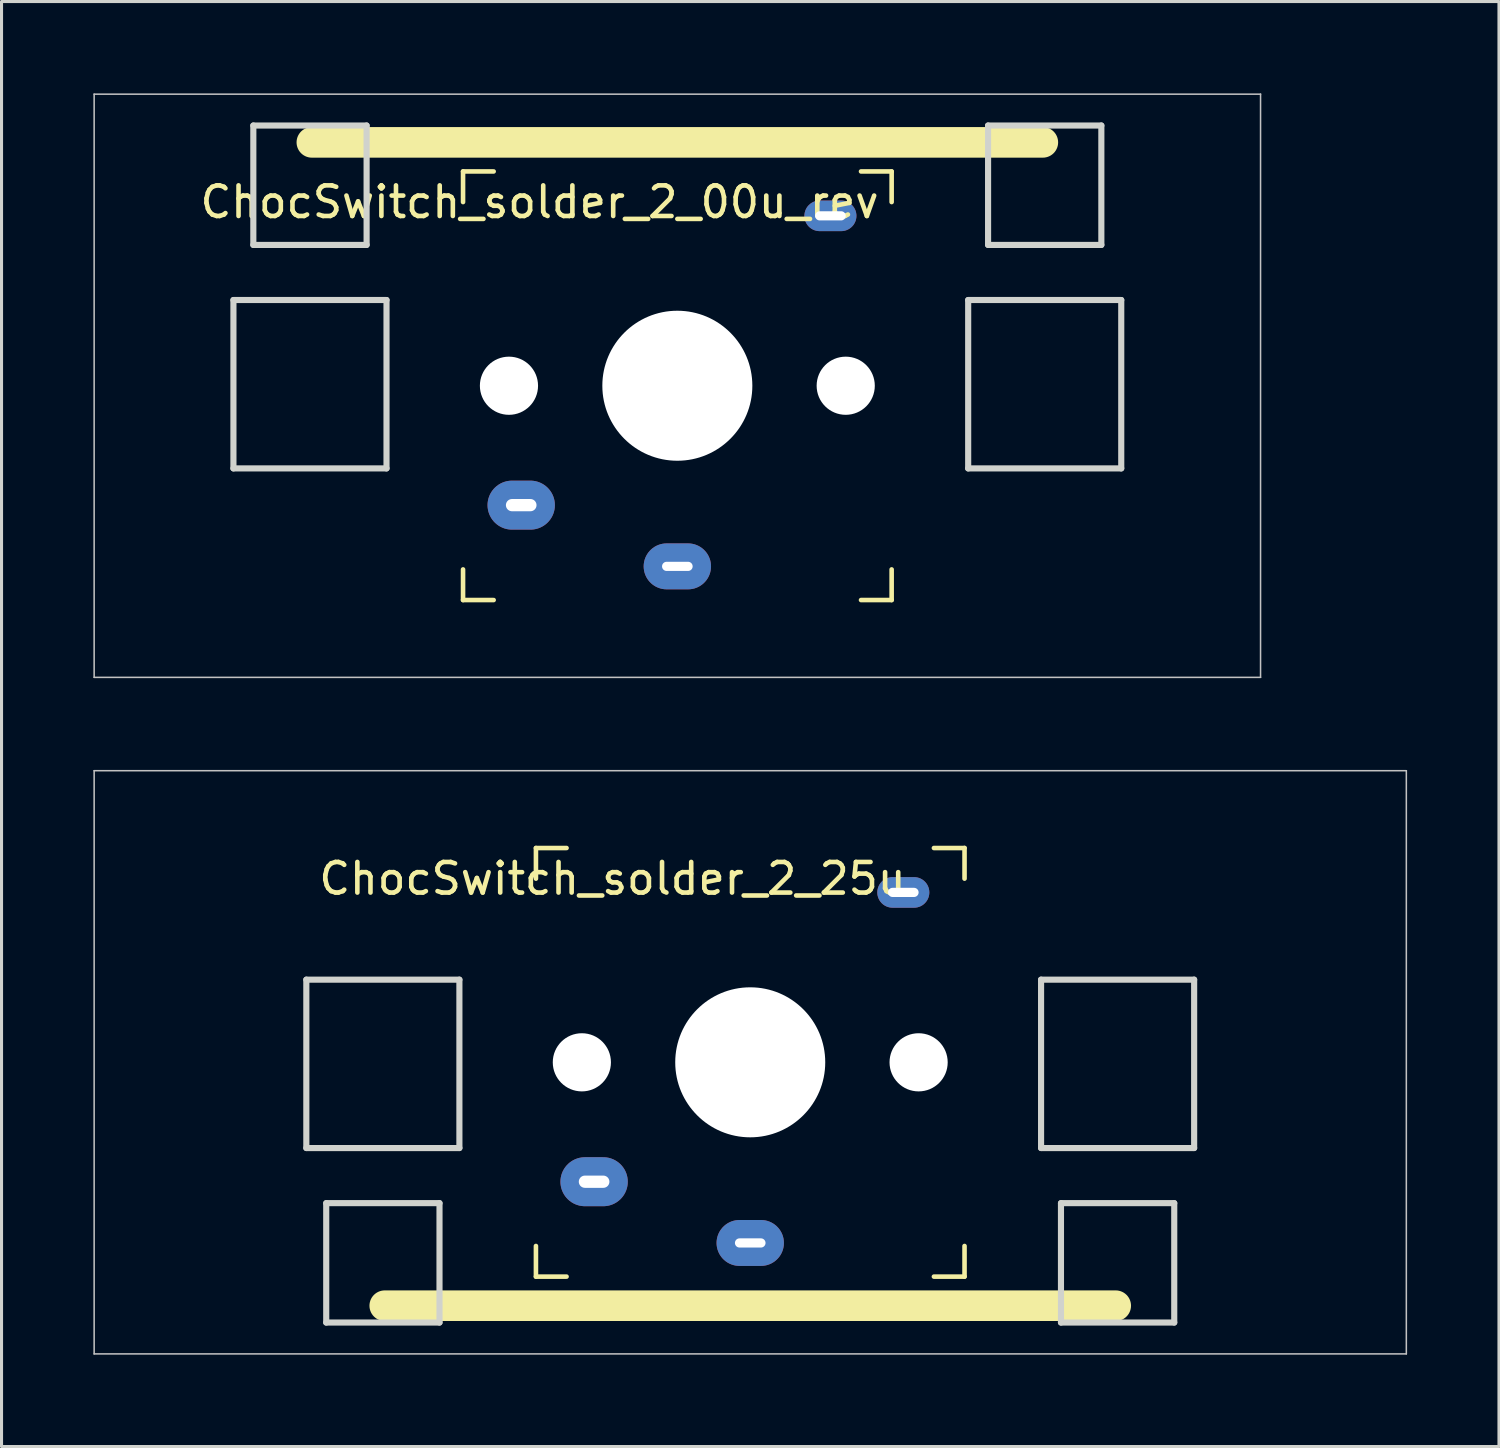
<source format=kicad_pcb>
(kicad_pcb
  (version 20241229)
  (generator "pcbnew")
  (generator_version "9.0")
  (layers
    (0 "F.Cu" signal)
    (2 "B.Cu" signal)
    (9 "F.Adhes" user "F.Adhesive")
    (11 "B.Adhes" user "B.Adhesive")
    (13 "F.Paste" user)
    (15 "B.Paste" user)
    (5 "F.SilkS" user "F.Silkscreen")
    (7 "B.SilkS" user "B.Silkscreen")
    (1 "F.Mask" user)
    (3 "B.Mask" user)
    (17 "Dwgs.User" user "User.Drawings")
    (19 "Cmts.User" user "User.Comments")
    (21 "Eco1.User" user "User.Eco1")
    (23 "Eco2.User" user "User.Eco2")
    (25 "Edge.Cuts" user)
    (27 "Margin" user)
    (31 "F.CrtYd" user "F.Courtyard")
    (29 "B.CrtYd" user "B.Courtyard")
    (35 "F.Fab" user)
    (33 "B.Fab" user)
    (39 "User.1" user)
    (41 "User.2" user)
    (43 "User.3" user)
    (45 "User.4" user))
  (footprint "ChocSwitch_solder_2_25u"
    (layer "F.Cu")
    (at 21.456 31.65)
    (property "Reference" "ChocSwitch_solder_2_25u" (at -4.5 -6 0) (layer "F.SilkS") (effects (font (size 1 1) (thickness 0.15))))
    (attr through_hole)
    (fp_line (start -11.938 7.95) (end 11.938 7.95) (stroke (width 1) (type solid)) (layer "F.SilkS"))
    (fp_line (start -7 -7) (end -7 -6) (stroke (width 0.15) (type solid)) (layer "F.SilkS"))
    (fp_line (start -7 -7) (end -6 -7) (stroke (width 0.15) (type solid)) (layer "F.SilkS"))
    (fp_line (start -7 7) (end -7 6) (stroke (width 0.15) (type solid)) (layer "F.SilkS"))
    (fp_line (start -6 7) (end -7 7) (stroke (width 0.15) (type solid)) (layer "F.SilkS"))
    (fp_line (start 6 -7) (end 7 -7) (stroke (width 0.15) (type solid)) (layer "F.SilkS"))
    (fp_line (start 7 -7) (end 7 -6) (stroke (width 0.15) (type solid)) (layer "F.SilkS"))
    (fp_line (start 7 6) (end 7 7) (stroke (width 0.15) (type solid)) (layer "F.SilkS"))
    (fp_line (start 7 7) (end 6 7) (stroke (width 0.15) (type solid)) (layer "F.SilkS"))
    (fp_line (start -21.431 -9.525) (end 21.431 -9.525) (stroke (width 0.05) (type solid)) (layer "Dwgs.User"))
    (fp_line (start -21.431 9.525) (end -21.431 -9.525) (stroke (width 0.05) (type solid)) (layer "Dwgs.User"))
    (fp_line (start 21.431 -9.525) (end 21.431 9.525) (stroke (width 0.05) (type solid)) (layer "Dwgs.User"))
    (fp_line (start 21.431 9.525) (end -21.431 9.525) (stroke (width 0.05) (type solid)) (layer "Dwgs.User"))
    (fp_line (start -7 -7) (end 7 -7) (stroke (width 0.1) (type solid)) (layer "Eco1.User"))
    (fp_line (start -7 -7) (end 7 -7) (stroke (width 0.1) (type solid)) (layer "Eco1.User"))
    (fp_line (start -7 7) (end -7 -7) (stroke (width 0.1) (type solid)) (layer "Eco1.User"))
    (fp_line (start -7 7) (end -7 -7) (stroke (width 0.1) (type solid)) (layer "Eco1.User"))
    (fp_line (start -7 7) (end 7 7) (stroke (width 0.1) (type solid)) (layer "Eco1.User"))
    (fp_line (start 7 -7) (end 7 7) (stroke (width 0.1) (type solid)) (layer "Eco1.User"))
    (fp_line (start 7 7) (end -7 7) (stroke (width 0.1) (type solid)) (layer "Eco1.User"))
    (fp_line (start 7 7) (end 7 -7) (stroke (width 0.1) (type solid)) (layer "Eco1.User"))
    (fp_rect (start -1.75 -3.25) (end 1.75 -6.35) (stroke (width 0.1) (type solid)) (fill no) (layer "Eco1.User"))
    (fp_line (start 0 0) (end 0 -4.8) (stroke (width 0.05) (type solid)) (layer "Eco2.User"))
    (fp_line (start 0 0) (end 8.262 0) (stroke (width 0.05) (type solid)) (layer "Eco2.User"))
    (fp_line (start -14.5 -2.7) (end -14.5 2.8) (stroke (width 0.2) (type solid)) (layer "Edge.Cuts"))
    (fp_line (start -14.5 2.8) (end -9.5 2.8) (stroke (width 0.2) (type solid)) (layer "Edge.Cuts"))
    (fp_line (start -13.85 8.5) (end -13.85 4.6) (stroke (width 0.2) (type solid)) (layer "Edge.Cuts"))
    (fp_line (start -13.85 8.5) (end -10.15 8.5) (stroke (width 0.2) (type solid)) (layer "Edge.Cuts"))
    (fp_line (start -10.15 4.6) (end -13.85 4.6) (stroke (width 0.2) (type solid)) (layer "Edge.Cuts"))
    (fp_line (start -10.15 8.5) (end -10.15 4.6) (stroke (width 0.2) (type solid)) (layer "Edge.Cuts"))
    (fp_line (start -9.5 -2.7) (end -14.5 -2.7) (stroke (width 0.2) (type solid)) (layer "Edge.Cuts"))
    (fp_line (start -9.5 2.8) (end -9.5 -2.7) (stroke (width 0.2) (type solid)) (layer "Edge.Cuts"))
    (fp_line (start 9.5 -2.7) (end 14.5 -2.7) (stroke (width 0.2) (type solid)) (layer "Edge.Cuts"))
    (fp_line (start 9.5 2.8) (end 9.5 -2.7) (stroke (width 0.2) (type solid)) (layer "Edge.Cuts"))
    (fp_line (start 10.15 4.6) (end 13.85 4.6) (stroke (width 0.2) (type solid)) (layer "Edge.Cuts"))
    (fp_line (start 10.15 8.5) (end 10.15 4.6) (stroke (width 0.2) (type solid)) (layer "Edge.Cuts"))
    (fp_line (start 13.85 4.6) (end 13.85 8.5) (stroke (width 0.2) (type solid)) (layer "Edge.Cuts"))
    (fp_line (start 13.85 8.5) (end 10.15 8.5) (stroke (width 0.2) (type solid)) (layer "Edge.Cuts"))
    (fp_line (start 14.5 -2.7) (end 14.5 2.8) (stroke (width 0.2) (type solid)) (layer "Edge.Cuts"))
    (fp_line (start 14.5 2.8) (end 9.5 2.8) (stroke (width 0.2) (type solid)) (layer "Edge.Cuts"))
    (pad "" np_thru_hole circle (at -5.5 0) (size 1.9 1.9) (drill 1.9) (layers "*.Cu" "*.Mask"))
    (pad "" np_thru_hole circle (at 0 0 90) (size 4.9 4.9) (drill 4.9) (layers "*.Cu" "*.Mask"))
    (pad "" thru_hole oval (at 5 -5.55) (size 1.7 1) (drill oval 1 0.3) (layers "*.Cu" "*.Mask"))
    (pad "" np_thru_hole circle (at 5.5 0) (size 1.9 1.9) (drill 1.9) (layers "*.Cu" "*.Mask"))
    (pad "1" thru_hole oval (at 0 5.9 180) (size 2.2 1.5) (drill oval 1 0.3) (layers "*.Cu" "*.Mask"))
    (pad "2" thru_hole oval (at -5.1 3.9) (size 2.2 1.6) (drill oval 1 0.4) (layers "*.Cu" "*.Mask")))
  (footprint "ChocSwitch_solder_2_00u_rev"
    (layer "F.Cu")
    (at 19.075 9.55)
    (property "Reference" "ChocSwitch_solder_2_00u_rev" (at -4.5 -6 0) (layer "F.SilkS") (effects (font (size 1 1) (thickness 0.15))))
    (attr through_hole)
    (fp_line (start -11.938 -7.95) (end 11.938 -7.95) (stroke (width 1) (type solid)) (layer "F.SilkS"))
    (fp_line (start -7 -7) (end -7 -6) (stroke (width 0.15) (type solid)) (layer "F.SilkS"))
    (fp_line (start -7 -7) (end -6 -7) (stroke (width 0.15) (type solid)) (layer "F.SilkS"))
    (fp_line (start -7 7) (end -7 6) (stroke (width 0.15) (type solid)) (layer "F.SilkS"))
    (fp_line (start -6 7) (end -7 7) (stroke (width 0.15) (type solid)) (layer "F.SilkS"))
    (fp_line (start 6 -7) (end 7 -7) (stroke (width 0.15) (type solid)) (layer "F.SilkS"))
    (fp_line (start 7 -7) (end 7 -6) (stroke (width 0.15) (type solid)) (layer "F.SilkS"))
    (fp_line (start 7 6) (end 7 7) (stroke (width 0.15) (type solid)) (layer "F.SilkS"))
    (fp_line (start 7 7) (end 6 7) (stroke (width 0.15) (type solid)) (layer "F.SilkS"))
    (fp_line (start -19.05 -9.525) (end 19.05 -9.525) (stroke (width 0.05) (type solid)) (layer "Dwgs.User"))
    (fp_line (start -19.05 9.525) (end -19.05 -9.525) (stroke (width 0.05) (type solid)) (layer "Dwgs.User"))
    (fp_line (start 19.05 -9.525) (end 19.05 9.525) (stroke (width 0.05) (type solid)) (layer "Dwgs.User"))
    (fp_line (start 19.05 9.525) (end -19.05 9.525) (stroke (width 0.05) (type solid)) (layer "Dwgs.User"))
    (fp_line (start -7 -7) (end 7 -7) (stroke (width 0.1) (type solid)) (layer "Eco1.User"))
    (fp_line (start -7 -7) (end 7 -7) (stroke (width 0.1) (type solid)) (layer "Eco1.User"))
    (fp_line (start -7 7) (end -7 -7) (stroke (width 0.1) (type solid)) (layer "Eco1.User"))
    (fp_line (start -7 7) (end -7 -7) (stroke (width 0.1) (type solid)) (layer "Eco1.User"))
    (fp_line (start -7 7) (end 7 7) (stroke (width 0.1) (type solid)) (layer "Eco1.User"))
    (fp_line (start 7 -7) (end 7 7) (stroke (width 0.1) (type solid)) (layer "Eco1.User"))
    (fp_line (start 7 7) (end -7 7) (stroke (width 0.1) (type solid)) (layer "Eco1.User"))
    (fp_line (start 7 7) (end 7 -7) (stroke (width 0.1) (type solid)) (layer "Eco1.User"))
    (fp_rect (start -1.75 -3.25) (end 1.75 -6.35) (stroke (width 0.1) (type solid)) (fill no) (layer "Eco1.User"))
    (fp_line (start 0 0) (end 0 -4.8) (stroke (width 0.05) (type solid)) (layer "Eco2.User"))
    (fp_line (start 0 0) (end 8.262 0) (stroke (width 0.05) (type solid)) (layer "Eco2.User"))
    (fp_line (start -14.5 -2.8) (end -9.5 -2.8) (stroke (width 0.2) (type solid)) (layer "Edge.Cuts"))
    (fp_line (start -14.5 2.7) (end -14.5 -2.8) (stroke (width 0.2) (type solid)) (layer "Edge.Cuts"))
    (fp_line (start -13.85 -8.5) (end -10.15 -8.5) (stroke (width 0.2) (type solid)) (layer "Edge.Cuts"))
    (fp_line (start -13.85 -4.6) (end -13.85 -8.5) (stroke (width 0.2) (type solid)) (layer "Edge.Cuts"))
    (fp_line (start -10.15 -8.5) (end -10.15 -4.6) (stroke (width 0.2) (type solid)) (layer "Edge.Cuts"))
    (fp_line (start -10.15 -4.6) (end -13.85 -4.6) (stroke (width 0.2) (type solid)) (layer "Edge.Cuts"))
    (fp_line (start -9.5 -2.8) (end -9.5 2.7) (stroke (width 0.2) (type solid)) (layer "Edge.Cuts"))
    (fp_line (start -9.5 2.7) (end -14.5 2.7) (stroke (width 0.2) (type solid)) (layer "Edge.Cuts"))
    (fp_line (start 9.5 -2.8) (end 9.5 2.7) (stroke (width 0.2) (type solid)) (layer "Edge.Cuts"))
    (fp_line (start 9.5 2.7) (end 14.5 2.7) (stroke (width 0.2) (type solid)) (layer "Edge.Cuts"))
    (fp_line (start 10.15 -8.5) (end 10.15 -4.6) (stroke (width 0.2) (type solid)) (layer "Edge.Cuts"))
    (fp_line (start 10.15 -4.6) (end 13.85 -4.6) (stroke (width 0.2) (type solid)) (layer "Edge.Cuts"))
    (fp_line (start 13.85 -8.5) (end 10.15 -8.5) (stroke (width 0.2) (type solid)) (layer "Edge.Cuts"))
    (fp_line (start 13.85 -8.5) (end 13.85 -4.6) (stroke (width 0.2) (type solid)) (layer "Edge.Cuts"))
    (fp_line (start 14.5 -2.8) (end 9.5 -2.8) (stroke (width 0.2) (type solid)) (layer "Edge.Cuts"))
    (fp_line (start 14.5 2.7) (end 14.5 -2.8) (stroke (width 0.2) (type solid)) (layer "Edge.Cuts"))
    (pad "" np_thru_hole circle (at -5.5 0) (size 1.9 1.9) (drill 1.9) (layers "*.Cu" "*.Mask"))
    (pad "" np_thru_hole circle (at 0 0 90) (size 4.9 4.9) (drill 4.9) (layers "*.Cu" "*.Mask"))
    (pad "" thru_hole oval (at 5 -5.55) (size 1.7 1) (drill oval 1 0.3) (layers "*.Cu" "*.Mask"))
    (pad "" np_thru_hole circle (at 5.5 0) (size 1.9 1.9) (drill 1.9) (layers "*.Cu" "*.Mask"))
    (pad "1" thru_hole oval (at 0 5.9 180) (size 2.2 1.5) (drill oval 1 0.3) (layers "*.Cu" "*.Mask"))
    (pad "2" thru_hole oval (at -5.1 3.9) (size 2.2 1.6) (drill oval 1 0.4) (layers "*.Cu" "*.Mask")))
  (gr_rect
    (start -3 -3)
    (end 45.913 44.2)
    (stroke (width 0.1) (type default))
    (fill no)
    (layer "Edge.Cuts")))
</source>
